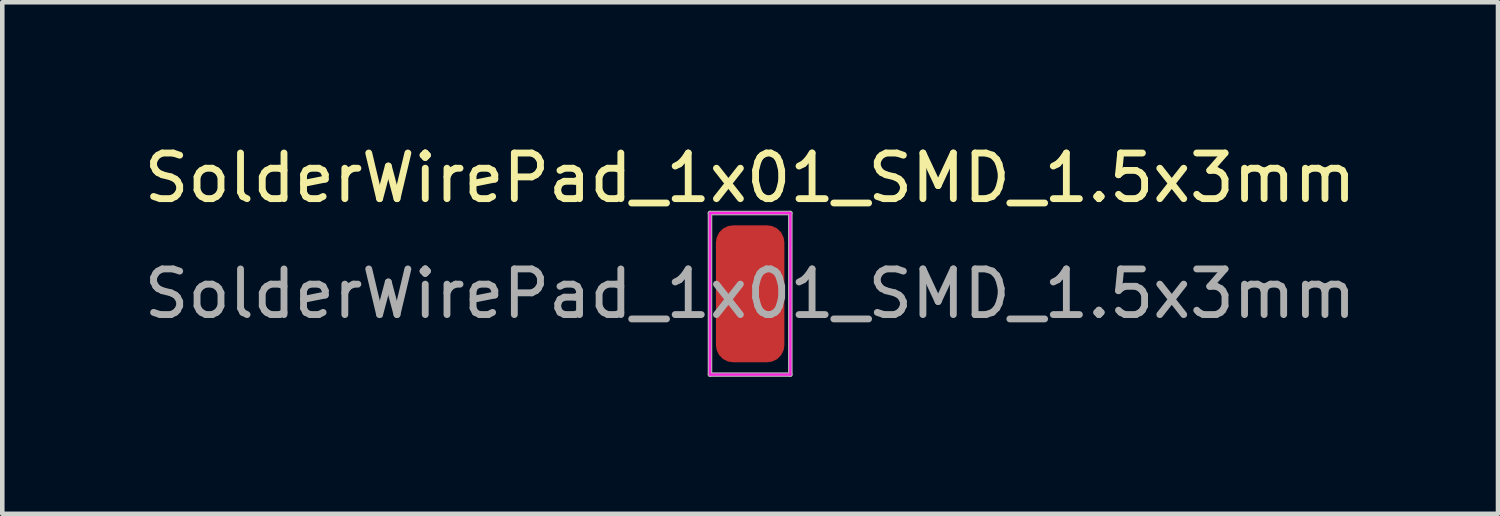
<source format=kicad_pcb>
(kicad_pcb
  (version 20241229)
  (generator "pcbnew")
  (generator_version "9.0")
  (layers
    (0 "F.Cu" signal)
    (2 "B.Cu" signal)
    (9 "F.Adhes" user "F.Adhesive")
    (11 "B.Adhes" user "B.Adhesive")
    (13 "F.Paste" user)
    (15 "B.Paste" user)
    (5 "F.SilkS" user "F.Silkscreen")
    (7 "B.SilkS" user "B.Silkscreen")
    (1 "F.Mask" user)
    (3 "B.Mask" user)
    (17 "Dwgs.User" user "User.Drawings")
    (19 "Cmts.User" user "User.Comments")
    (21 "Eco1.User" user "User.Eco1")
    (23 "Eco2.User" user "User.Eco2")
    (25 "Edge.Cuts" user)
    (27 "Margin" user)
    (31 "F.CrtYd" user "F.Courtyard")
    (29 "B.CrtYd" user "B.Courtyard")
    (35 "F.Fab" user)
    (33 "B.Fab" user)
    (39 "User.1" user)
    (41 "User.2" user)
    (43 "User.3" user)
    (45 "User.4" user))
  (footprint "SolderWirePad_1x01_SMD_1.5x3mm"
    (layer "F.Cu")
    (at 13.387 3.388)
    (property "Reference" "SolderWirePad_1x01_SMD_1.5x3mm" (at 0 -2.54 0) (layer "F.SilkS") (effects (font (size 1 1) (thickness 0.15))))
    (attr exclude_from_pos_files)
    (fp_line (start -0.88 -1.77) (end -0.88 1.77) (stroke (width 0.05) (type solid)) (layer "F.CrtYd"))
    (fp_line (start -0.88 1.77) (end 0.88 1.77) (stroke (width 0.05) (type solid)) (layer "F.CrtYd"))
    (fp_line (start 0.88 -1.77) (end -0.88 -1.77) (stroke (width 0.05) (type solid)) (layer "F.CrtYd"))
    (fp_line (start 0.88 1.77) (end 0.88 -1.77) (stroke (width 0.05) (type solid)) (layer "F.CrtYd"))
    (fp_line (start -0.88 -1.77) (end 0.88 -1.77) (stroke (width 0.1) (type solid)) (layer "F.Fab"))
    (fp_line (start -0.88 1.77) (end -0.88 -1.77) (stroke (width 0.1) (type solid)) (layer "F.Fab"))
    (fp_line (start 0.88 -1.77) (end 0.88 1.77) (stroke (width 0.1) (type solid)) (layer "F.Fab"))
    (fp_line (start 0.88 1.77) (end -0.88 1.77) (stroke (width 0.1) (type solid)) (layer "F.Fab"))
    (fp_text user "${REFERENCE}" (at 0 0 0) (layer "F.Fab") (effects (font (size 1 1) (thickness 0.15))))
    (pad "1" smd roundrect (at 0 0) (size 1.5 3) (layers "F.Cu" "F.Mask" "F.Paste") (roundrect_rratio 0.25)))
  (gr_rect
    (start -3 -3)
    (end 29.774 8.208)
    (stroke (width 0.1) (type default))
    (fill no)
    (layer "Edge.Cuts")))
</source>
